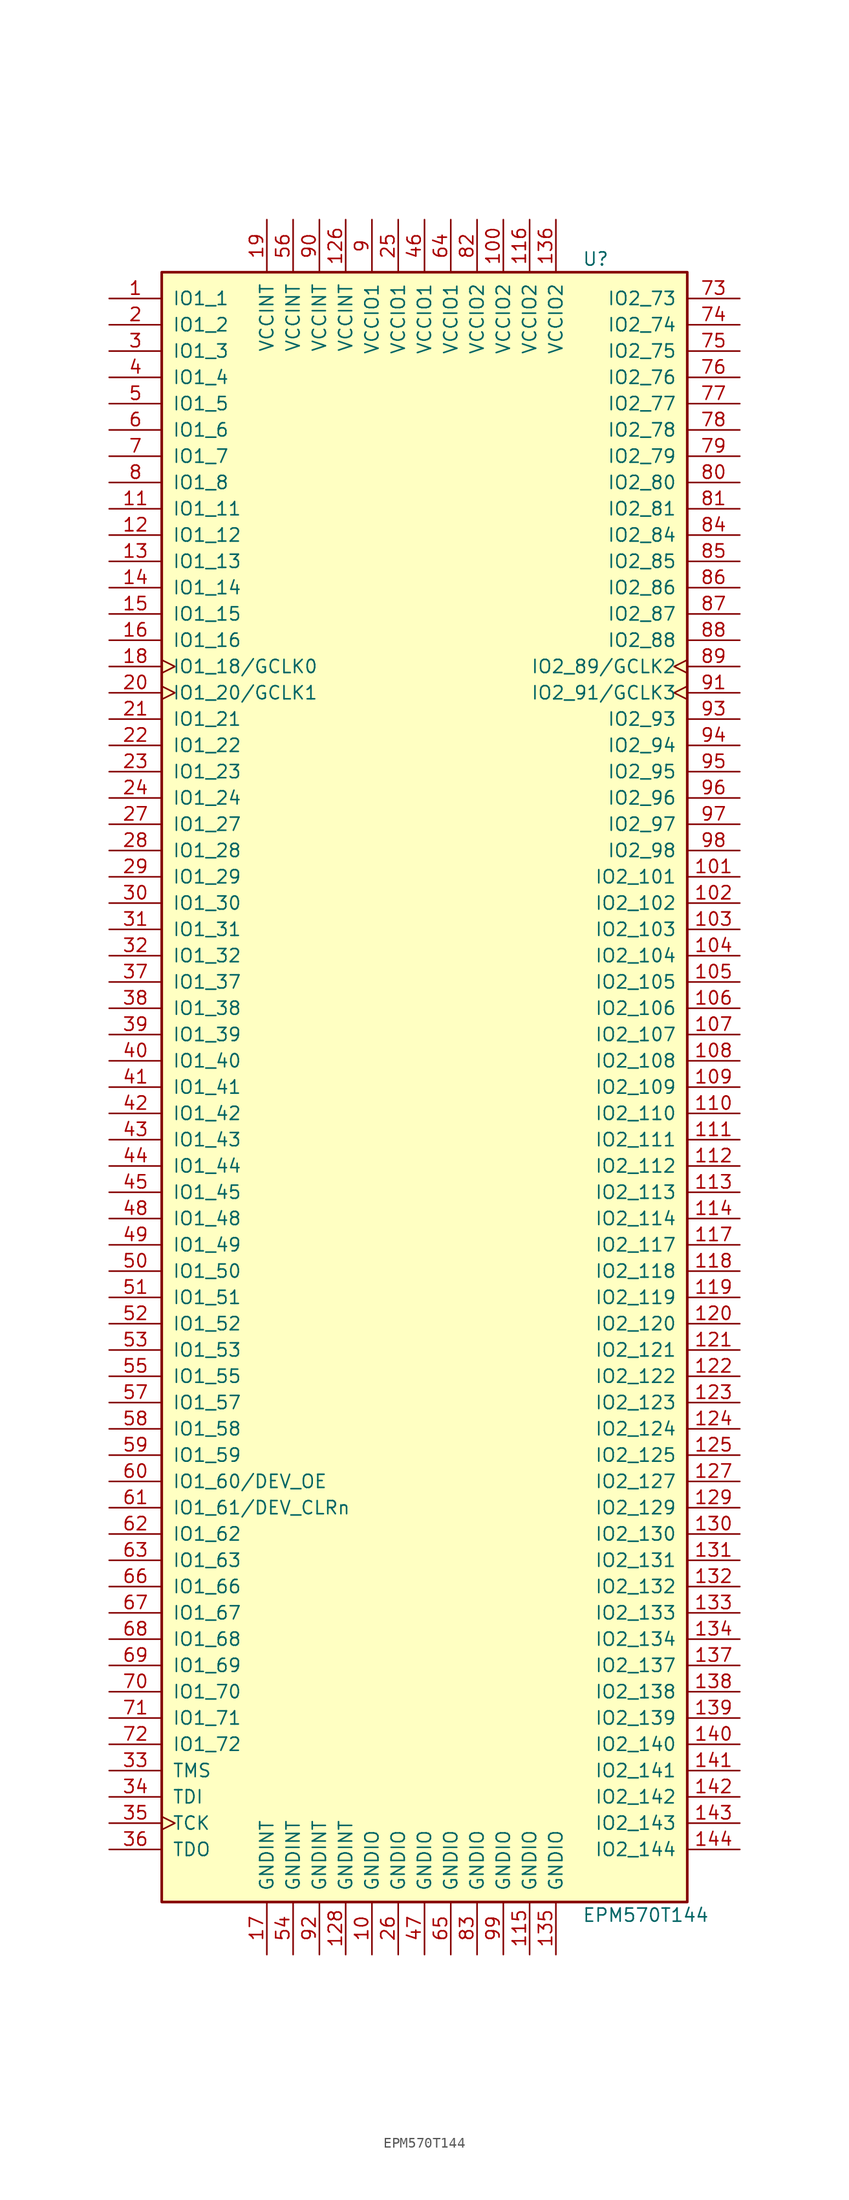
<source format=kicad_sym>
(kicad_symbol_lib
  (version 20231120)
  (generator "kicad_symbol_editor")
  (generator_version "8.0")
  (symbol "EPM570T144"
    (pin_names
      (offset 1.016))
    (property "Reference" "U"
      (at 15.24 80.01 0)
      (effects (font (size 1.27 1.27)) (justify left)))
    (property "Value" "EPM570T144"
      (at 15.24 -80.01 0)
      (effects (font (size 1.27 1.27)) (justify left)))
    (property "ki_locked" ""
      (at 0 0 0)
      (effects (font (size 1.27 1.27))))
    (symbol "EPM570T144_1_1"
      (rectangle (start -25.4 78.74) (end 25.4 -78.74) (stroke (width 0.254) (type default)) (fill (type background)))
      (pin bidirectional line (at -30.48 76.2 0) (length 5.08) (name "IO1_1" (effects (font (size 1.27 1.27)))) (number "1" (effects (font (size 1.27 1.27)))))
      (pin power_in line (at -5.08 -83.82 90) (length 5.08) (name "GNDIO" (effects (font (size 1.27 1.27)))) (number "10" (effects (font (size 1.27 1.27)))))
      (pin power_in line (at 7.62 83.82 270) (length 5.08) (name "VCCIO2" (effects (font (size 1.27 1.27)))) (number "100" (effects (font (size 1.27 1.27)))))
      (pin bidirectional line (at 30.48 20.32 180) (length 5.08) (name "IO2_101" (effects (font (size 1.27 1.27)))) (number "101" (effects (font (size 1.27 1.27)))))
      (pin bidirectional line (at 30.48 17.78 180) (length 5.08) (name "IO2_102" (effects (font (size 1.27 1.27)))) (number "102" (effects (font (size 1.27 1.27)))))
      (pin bidirectional line (at 30.48 15.24 180) (length 5.08) (name "IO2_103" (effects (font (size 1.27 1.27)))) (number "103" (effects (font (size 1.27 1.27)))))
      (pin bidirectional line (at 30.48 12.7 180) (length 5.08) (name "IO2_104" (effects (font (size 1.27 1.27)))) (number "104" (effects (font (size 1.27 1.27)))))
      (pin bidirectional line (at 30.48 10.16 180) (length 5.08) (name "IO2_105" (effects (font (size 1.27 1.27)))) (number "105" (effects (font (size 1.27 1.27)))))
      (pin bidirectional line (at 30.48 7.62 180) (length 5.08) (name "IO2_106" (effects (font (size 1.27 1.27)))) (number "106" (effects (font (size 1.27 1.27)))))
      (pin bidirectional line (at 30.48 5.08 180) (length 5.08) (name "IO2_107" (effects (font (size 1.27 1.27)))) (number "107" (effects (font (size 1.27 1.27)))))
      (pin bidirectional line (at 30.48 2.54 180) (length 5.08) (name "IO2_108" (effects (font (size 1.27 1.27)))) (number "108" (effects (font (size 1.27 1.27)))))
      (pin bidirectional line (at 30.48 0 180) (length 5.08) (name "IO2_109" (effects (font (size 1.27 1.27)))) (number "109" (effects (font (size 1.27 1.27)))))
      (pin bidirectional line (at -30.48 55.88 0) (length 5.08) (name "IO1_11" (effects (font (size 1.27 1.27)))) (number "11" (effects (font (size 1.27 1.27)))))
      (pin bidirectional line (at 30.48 -2.54 180) (length 5.08) (name "IO2_110" (effects (font (size 1.27 1.27)))) (number "110" (effects (font (size 1.27 1.27)))))
      (pin bidirectional line (at 30.48 -5.08 180) (length 5.08) (name "IO2_111" (effects (font (size 1.27 1.27)))) (number "111" (effects (font (size 1.27 1.27)))))
      (pin bidirectional line (at 30.48 -7.62 180) (length 5.08) (name "IO2_112" (effects (font (size 1.27 1.27)))) (number "112" (effects (font (size 1.27 1.27)))))
      (pin bidirectional line (at 30.48 -10.16 180) (length 5.08) (name "IO2_113" (effects (font (size 1.27 1.27)))) (number "113" (effects (font (size 1.27 1.27)))))
      (pin bidirectional line (at 30.48 -12.7 180) (length 5.08) (name "IO2_114" (effects (font (size 1.27 1.27)))) (number "114" (effects (font (size 1.27 1.27)))))
      (pin power_in line (at 10.16 -83.82 90) (length 5.08) (name "GNDIO" (effects (font (size 1.27 1.27)))) (number "115" (effects (font (size 1.27 1.27)))))
      (pin power_in line (at 10.16 83.82 270) (length 5.08) (name "VCCIO2" (effects (font (size 1.27 1.27)))) (number "116" (effects (font (size 1.27 1.27)))))
      (pin bidirectional line (at 30.48 -15.24 180) (length 5.08) (name "IO2_117" (effects (font (size 1.27 1.27)))) (number "117" (effects (font (size 1.27 1.27)))))
      (pin bidirectional line (at 30.48 -17.78 180) (length 5.08) (name "IO2_118" (effects (font (size 1.27 1.27)))) (number "118" (effects (font (size 1.27 1.27)))))
      (pin bidirectional line (at 30.48 -20.32 180) (length 5.08) (name "IO2_119" (effects (font (size 1.27 1.27)))) (number "119" (effects (font (size 1.27 1.27)))))
      (pin bidirectional line (at -30.48 53.34 0) (length 5.08) (name "IO1_12" (effects (font (size 1.27 1.27)))) (number "12" (effects (font (size 1.27 1.27)))))
      (pin bidirectional line (at 30.48 -22.86 180) (length 5.08) (name "IO2_120" (effects (font (size 1.27 1.27)))) (number "120" (effects (font (size 1.27 1.27)))))
      (pin bidirectional line (at 30.48 -25.4 180) (length 5.08) (name "IO2_121" (effects (font (size 1.27 1.27)))) (number "121" (effects (font (size 1.27 1.27)))))
      (pin bidirectional line (at 30.48 -27.94 180) (length 5.08) (name "IO2_122" (effects (font (size 1.27 1.27)))) (number "122" (effects (font (size 1.27 1.27)))))
      (pin bidirectional line (at 30.48 -30.48 180) (length 5.08) (name "IO2_123" (effects (font (size 1.27 1.27)))) (number "123" (effects (font (size 1.27 1.27)))))
      (pin bidirectional line (at 30.48 -33.02 180) (length 5.08) (name "IO2_124" (effects (font (size 1.27 1.27)))) (number "124" (effects (font (size 1.27 1.27)))))
      (pin bidirectional line (at 30.48 -35.56 180) (length 5.08) (name "IO2_125" (effects (font (size 1.27 1.27)))) (number "125" (effects (font (size 1.27 1.27)))))
      (pin power_in line (at -7.62 83.82 270) (length 5.08) (name "VCCINT" (effects (font (size 1.27 1.27)))) (number "126" (effects (font (size 1.27 1.27)))))
      (pin bidirectional line (at 30.48 -38.1 180) (length 5.08) (name "IO2_127" (effects (font (size 1.27 1.27)))) (number "127" (effects (font (size 1.27 1.27)))))
      (pin power_in line (at -7.62 -83.82 90) (length 5.08) (name "GNDINT" (effects (font (size 1.27 1.27)))) (number "128" (effects (font (size 1.27 1.27)))))
      (pin bidirectional line (at 30.48 -40.64 180) (length 5.08) (name "IO2_129" (effects (font (size 1.27 1.27)))) (number "129" (effects (font (size 1.27 1.27)))))
      (pin bidirectional line (at -30.48 50.8 0) (length 5.08) (name "IO1_13" (effects (font (size 1.27 1.27)))) (number "13" (effects (font (size 1.27 1.27)))))
      (pin bidirectional line (at 30.48 -43.18 180) (length 5.08) (name "IO2_130" (effects (font (size 1.27 1.27)))) (number "130" (effects (font (size 1.27 1.27)))))
      (pin bidirectional line (at 30.48 -45.72 180) (length 5.08) (name "IO2_131" (effects (font (size 1.27 1.27)))) (number "131" (effects (font (size 1.27 1.27)))))
      (pin bidirectional line (at 30.48 -48.26 180) (length 5.08) (name "IO2_132" (effects (font (size 1.27 1.27)))) (number "132" (effects (font (size 1.27 1.27)))))
      (pin bidirectional line (at 30.48 -50.8 180) (length 5.08) (name "IO2_133" (effects (font (size 1.27 1.27)))) (number "133" (effects (font (size 1.27 1.27)))))
      (pin bidirectional line (at 30.48 -53.34 180) (length 5.08) (name "IO2_134" (effects (font (size 1.27 1.27)))) (number "134" (effects (font (size 1.27 1.27)))))
      (pin power_in line (at 12.7 -83.82 90) (length 5.08) (name "GNDIO" (effects (font (size 1.27 1.27)))) (number "135" (effects (font (size 1.27 1.27)))))
      (pin power_in line (at 12.7 83.82 270) (length 5.08) (name "VCCIO2" (effects (font (size 1.27 1.27)))) (number "136" (effects (font (size 1.27 1.27)))))
      (pin bidirectional line (at 30.48 -55.88 180) (length 5.08) (name "IO2_137" (effects (font (size 1.27 1.27)))) (number "137" (effects (font (size 1.27 1.27)))))
      (pin bidirectional line (at 30.48 -58.42 180) (length 5.08) (name "IO2_138" (effects (font (size 1.27 1.27)))) (number "138" (effects (font (size 1.27 1.27)))))
      (pin bidirectional line (at 30.48 -60.96 180) (length 5.08) (name "IO2_139" (effects (font (size 1.27 1.27)))) (number "139" (effects (font (size 1.27 1.27)))))
      (pin bidirectional line (at -30.48 48.26 0) (length 5.08) (name "IO1_14" (effects (font (size 1.27 1.27)))) (number "14" (effects (font (size 1.27 1.27)))))
      (pin bidirectional line (at 30.48 -63.5 180) (length 5.08) (name "IO2_140" (effects (font (size 1.27 1.27)))) (number "140" (effects (font (size 1.27 1.27)))))
      (pin bidirectional line (at 30.48 -66.04 180) (length 5.08) (name "IO2_141" (effects (font (size 1.27 1.27)))) (number "141" (effects (font (size 1.27 1.27)))))
      (pin bidirectional line (at 30.48 -68.58 180) (length 5.08) (name "IO2_142" (effects (font (size 1.27 1.27)))) (number "142" (effects (font (size 1.27 1.27)))))
      (pin bidirectional line (at 30.48 -71.12 180) (length 5.08) (name "IO2_143" (effects (font (size 1.27 1.27)))) (number "143" (effects (font (size 1.27 1.27)))))
      (pin bidirectional line (at 30.48 -73.66 180) (length 5.08) (name "IO2_144" (effects (font (size 1.27 1.27)))) (number "144" (effects (font (size 1.27 1.27)))))
      (pin bidirectional line (at -30.48 45.72 0) (length 5.08) (name "IO1_15" (effects (font (size 1.27 1.27)))) (number "15" (effects (font (size 1.27 1.27)))))
      (pin bidirectional line (at -30.48 43.18 0) (length 5.08) (name "IO1_16" (effects (font (size 1.27 1.27)))) (number "16" (effects (font (size 1.27 1.27)))))
      (pin power_in line (at -15.24 -83.82 90) (length 5.08) (name "GNDINT" (effects (font (size 1.27 1.27)))) (number "17" (effects (font (size 1.27 1.27)))))
      (pin bidirectional clock (at -30.48 40.64 0) (length 5.08) (name "IO1_18/GCLK0" (effects (font (size 1.27 1.27)))) (number "18" (effects (font (size 1.27 1.27)))))
      (pin power_in line (at -15.24 83.82 270) (length 5.08) (name "VCCINT" (effects (font (size 1.27 1.27)))) (number "19" (effects (font (size 1.27 1.27)))))
      (pin bidirectional line (at -30.48 73.66 0) (length 5.08) (name "IO1_2" (effects (font (size 1.27 1.27)))) (number "2" (effects (font (size 1.27 1.27)))))
      (pin bidirectional clock (at -30.48 38.1 0) (length 5.08) (name "IO1_20/GCLK1" (effects (font (size 1.27 1.27)))) (number "20" (effects (font (size 1.27 1.27)))))
      (pin bidirectional line (at -30.48 35.56 0) (length 5.08) (name "IO1_21" (effects (font (size 1.27 1.27)))) (number "21" (effects (font (size 1.27 1.27)))))
      (pin bidirectional line (at -30.48 33.02 0) (length 5.08) (name "IO1_22" (effects (font (size 1.27 1.27)))) (number "22" (effects (font (size 1.27 1.27)))))
      (pin bidirectional line (at -30.48 30.48 0) (length 5.08) (name "IO1_23" (effects (font (size 1.27 1.27)))) (number "23" (effects (font (size 1.27 1.27)))))
      (pin bidirectional line (at -30.48 27.94 0) (length 5.08) (name "IO1_24" (effects (font (size 1.27 1.27)))) (number "24" (effects (font (size 1.27 1.27)))))
      (pin power_in line (at -2.54 83.82 270) (length 5.08) (name "VCCIO1" (effects (font (size 1.27 1.27)))) (number "25" (effects (font (size 1.27 1.27)))))
      (pin power_in line (at -2.54 -83.82 90) (length 5.08) (name "GNDIO" (effects (font (size 1.27 1.27)))) (number "26" (effects (font (size 1.27 1.27)))))
      (pin bidirectional line (at -30.48 25.4 0) (length 5.08) (name "IO1_27" (effects (font (size 1.27 1.27)))) (number "27" (effects (font (size 1.27 1.27)))))
      (pin bidirectional line (at -30.48 22.86 0) (length 5.08) (name "IO1_28" (effects (font (size 1.27 1.27)))) (number "28" (effects (font (size 1.27 1.27)))))
      (pin bidirectional line (at -30.48 20.32 0) (length 5.08) (name "IO1_29" (effects (font (size 1.27 1.27)))) (number "29" (effects (font (size 1.27 1.27)))))
      (pin bidirectional line (at -30.48 71.12 0) (length 5.08) (name "IO1_3" (effects (font (size 1.27 1.27)))) (number "3" (effects (font (size 1.27 1.27)))))
      (pin bidirectional line (at -30.48 17.78 0) (length 5.08) (name "IO1_30" (effects (font (size 1.27 1.27)))) (number "30" (effects (font (size 1.27 1.27)))))
      (pin bidirectional line (at -30.48 15.24 0) (length 5.08) (name "IO1_31" (effects (font (size 1.27 1.27)))) (number "31" (effects (font (size 1.27 1.27)))))
      (pin bidirectional line (at -30.48 12.7 0) (length 5.08) (name "IO1_32" (effects (font (size 1.27 1.27)))) (number "32" (effects (font (size 1.27 1.27)))))
      (pin input line (at -30.48 -66.04 0) (length 5.08) (name "TMS" (effects (font (size 1.27 1.27)))) (number "33" (effects (font (size 1.27 1.27)))))
      (pin input line (at -30.48 -68.58 0) (length 5.08) (name "TDI" (effects (font (size 1.27 1.27)))) (number "34" (effects (font (size 1.27 1.27)))))
      (pin input clock (at -30.48 -71.12 0) (length 5.08) (name "TCK" (effects (font (size 1.27 1.27)))) (number "35" (effects (font (size 1.27 1.27)))))
      (pin output line (at -30.48 -73.66 0) (length 5.08) (name "TDO" (effects (font (size 1.27 1.27)))) (number "36" (effects (font (size 1.27 1.27)))))
      (pin bidirectional line (at -30.48 10.16 0) (length 5.08) (name "IO1_37" (effects (font (size 1.27 1.27)))) (number "37" (effects (font (size 1.27 1.27)))))
      (pin bidirectional line (at -30.48 7.62 0) (length 5.08) (name "IO1_38" (effects (font (size 1.27 1.27)))) (number "38" (effects (font (size 1.27 1.27)))))
      (pin bidirectional line (at -30.48 5.08 0) (length 5.08) (name "IO1_39" (effects (font (size 1.27 1.27)))) (number "39" (effects (font (size 1.27 1.27)))))
      (pin bidirectional line (at -30.48 68.58 0) (length 5.08) (name "IO1_4" (effects (font (size 1.27 1.27)))) (number "4" (effects (font (size 1.27 1.27)))))
      (pin bidirectional line (at -30.48 2.54 0) (length 5.08) (name "IO1_40" (effects (font (size 1.27 1.27)))) (number "40" (effects (font (size 1.27 1.27)))))
      (pin bidirectional line (at -30.48 0 0) (length 5.08) (name "IO1_41" (effects (font (size 1.27 1.27)))) (number "41" (effects (font (size 1.27 1.27)))))
      (pin bidirectional line (at -30.48 -2.54 0) (length 5.08) (name "IO1_42" (effects (font (size 1.27 1.27)))) (number "42" (effects (font (size 1.27 1.27)))))
      (pin bidirectional line (at -30.48 -5.08 0) (length 5.08) (name "IO1_43" (effects (font (size 1.27 1.27)))) (number "43" (effects (font (size 1.27 1.27)))))
      (pin bidirectional line (at -30.48 -7.62 0) (length 5.08) (name "IO1_44" (effects (font (size 1.27 1.27)))) (number "44" (effects (font (size 1.27 1.27)))))
      (pin bidirectional line (at -30.48 -10.16 0) (length 5.08) (name "IO1_45" (effects (font (size 1.27 1.27)))) (number "45" (effects (font (size 1.27 1.27)))))
      (pin power_in line (at 0 83.82 270) (length 5.08) (name "VCCIO1" (effects (font (size 1.27 1.27)))) (number "46" (effects (font (size 1.27 1.27)))))
      (pin power_in line (at 0 -83.82 90) (length 5.08) (name "GNDIO" (effects (font (size 1.27 1.27)))) (number "47" (effects (font (size 1.27 1.27)))))
      (pin bidirectional line (at -30.48 -12.7 0) (length 5.08) (name "IO1_48" (effects (font (size 1.27 1.27)))) (number "48" (effects (font (size 1.27 1.27)))))
      (pin bidirectional line (at -30.48 -15.24 0) (length 5.08) (name "IO1_49" (effects (font (size 1.27 1.27)))) (number "49" (effects (font (size 1.27 1.27)))))
      (pin bidirectional line (at -30.48 66.04 0) (length 5.08) (name "IO1_5" (effects (font (size 1.27 1.27)))) (number "5" (effects (font (size 1.27 1.27)))))
      (pin bidirectional line (at -30.48 -17.78 0) (length 5.08) (name "IO1_50" (effects (font (size 1.27 1.27)))) (number "50" (effects (font (size 1.27 1.27)))))
      (pin bidirectional line (at -30.48 -20.32 0) (length 5.08) (name "IO1_51" (effects (font (size 1.27 1.27)))) (number "51" (effects (font (size 1.27 1.27)))))
      (pin bidirectional line (at -30.48 -22.86 0) (length 5.08) (name "IO1_52" (effects (font (size 1.27 1.27)))) (number "52" (effects (font (size 1.27 1.27)))))
      (pin bidirectional line (at -30.48 -25.4 0) (length 5.08) (name "IO1_53" (effects (font (size 1.27 1.27)))) (number "53" (effects (font (size 1.27 1.27)))))
      (pin power_in line (at -12.7 -83.82 90) (length 5.08) (name "GNDINT" (effects (font (size 1.27 1.27)))) (number "54" (effects (font (size 1.27 1.27)))))
      (pin bidirectional line (at -30.48 -27.94 0) (length 5.08) (name "IO1_55" (effects (font (size 1.27 1.27)))) (number "55" (effects (font (size 1.27 1.27)))))
      (pin power_in line (at -12.7 83.82 270) (length 5.08) (name "VCCINT" (effects (font (size 1.27 1.27)))) (number "56" (effects (font (size 1.27 1.27)))))
      (pin bidirectional line (at -30.48 -30.48 0) (length 5.08) (name "IO1_57" (effects (font (size 1.27 1.27)))) (number "57" (effects (font (size 1.27 1.27)))))
      (pin bidirectional line (at -30.48 -33.02 0) (length 5.08) (name "IO1_58" (effects (font (size 1.27 1.27)))) (number "58" (effects (font (size 1.27 1.27)))))
      (pin bidirectional line (at -30.48 -35.56 0) (length 5.08) (name "IO1_59" (effects (font (size 1.27 1.27)))) (number "59" (effects (font (size 1.27 1.27)))))
      (pin bidirectional line (at -30.48 63.5 0) (length 5.08) (name "IO1_6" (effects (font (size 1.27 1.27)))) (number "6" (effects (font (size 1.27 1.27)))))
      (pin bidirectional line (at -30.48 -38.1 0) (length 5.08) (name "IO1_60/DEV_OE" (effects (font (size 1.27 1.27)))) (number "60" (effects (font (size 1.27 1.27)))))
      (pin bidirectional line (at -30.48 -40.64 0) (length 5.08) (name "IO1_61/DEV_CLRn" (effects (font (size 1.27 1.27)))) (number "61" (effects (font (size 1.27 1.27)))))
      (pin bidirectional line (at -30.48 -43.18 0) (length 5.08) (name "IO1_62" (effects (font (size 1.27 1.27)))) (number "62" (effects (font (size 1.27 1.27)))))
      (pin bidirectional line (at -30.48 -45.72 0) (length 5.08) (name "IO1_63" (effects (font (size 1.27 1.27)))) (number "63" (effects (font (size 1.27 1.27)))))
      (pin power_in line (at 2.54 83.82 270) (length 5.08) (name "VCCIO1" (effects (font (size 1.27 1.27)))) (number "64" (effects (font (size 1.27 1.27)))))
      (pin power_in line (at 2.54 -83.82 90) (length 5.08) (name "GNDIO" (effects (font (size 1.27 1.27)))) (number "65" (effects (font (size 1.27 1.27)))))
      (pin bidirectional line (at -30.48 -48.26 0) (length 5.08) (name "IO1_66" (effects (font (size 1.27 1.27)))) (number "66" (effects (font (size 1.27 1.27)))))
      (pin bidirectional line (at -30.48 -50.8 0) (length 5.08) (name "IO1_67" (effects (font (size 1.27 1.27)))) (number "67" (effects (font (size 1.27 1.27)))))
      (pin bidirectional line (at -30.48 -53.34 0) (length 5.08) (name "IO1_68" (effects (font (size 1.27 1.27)))) (number "68" (effects (font (size 1.27 1.27)))))
      (pin bidirectional line (at -30.48 -55.88 0) (length 5.08) (name "IO1_69" (effects (font (size 1.27 1.27)))) (number "69" (effects (font (size 1.27 1.27)))))
      (pin bidirectional line (at -30.48 60.96 0) (length 5.08) (name "IO1_7" (effects (font (size 1.27 1.27)))) (number "7" (effects (font (size 1.27 1.27)))))
      (pin bidirectional line (at -30.48 -58.42 0) (length 5.08) (name "IO1_70" (effects (font (size 1.27 1.27)))) (number "70" (effects (font (size 1.27 1.27)))))
      (pin bidirectional line (at -30.48 -60.96 0) (length 5.08) (name "IO1_71" (effects (font (size 1.27 1.27)))) (number "71" (effects (font (size 1.27 1.27)))))
      (pin bidirectional line (at -30.48 -63.5 0) (length 5.08) (name "IO1_72" (effects (font (size 1.27 1.27)))) (number "72" (effects (font (size 1.27 1.27)))))
      (pin bidirectional line (at 30.48 76.2 180) (length 5.08) (name "IO2_73" (effects (font (size 1.27 1.27)))) (number "73" (effects (font (size 1.27 1.27)))))
      (pin bidirectional line (at 30.48 73.66 180) (length 5.08) (name "IO2_74" (effects (font (size 1.27 1.27)))) (number "74" (effects (font (size 1.27 1.27)))))
      (pin bidirectional line (at 30.48 71.12 180) (length 5.08) (name "IO2_75" (effects (font (size 1.27 1.27)))) (number "75" (effects (font (size 1.27 1.27)))))
      (pin bidirectional line (at 30.48 68.58 180) (length 5.08) (name "IO2_76" (effects (font (size 1.27 1.27)))) (number "76" (effects (font (size 1.27 1.27)))))
      (pin bidirectional line (at 30.48 66.04 180) (length 5.08) (name "IO2_77" (effects (font (size 1.27 1.27)))) (number "77" (effects (font (size 1.27 1.27)))))
      (pin bidirectional line (at 30.48 63.5 180) (length 5.08) (name "IO2_78" (effects (font (size 1.27 1.27)))) (number "78" (effects (font (size 1.27 1.27)))))
      (pin bidirectional line (at 30.48 60.96 180) (length 5.08) (name "IO2_79" (effects (font (size 1.27 1.27)))) (number "79" (effects (font (size 1.27 1.27)))))
      (pin bidirectional line (at -30.48 58.42 0) (length 5.08) (name "IO1_8" (effects (font (size 1.27 1.27)))) (number "8" (effects (font (size 1.27 1.27)))))
      (pin bidirectional line (at 30.48 58.42 180) (length 5.08) (name "IO2_80" (effects (font (size 1.27 1.27)))) (number "80" (effects (font (size 1.27 1.27)))))
      (pin bidirectional line (at 30.48 55.88 180) (length 5.08) (name "IO2_81" (effects (font (size 1.27 1.27)))) (number "81" (effects (font (size 1.27 1.27)))))
      (pin power_in line (at 5.08 83.82 270) (length 5.08) (name "VCCIO2" (effects (font (size 1.27 1.27)))) (number "82" (effects (font (size 1.27 1.27)))))
      (pin power_in line (at 5.08 -83.82 90) (length 5.08) (name "GNDIO" (effects (font (size 1.27 1.27)))) (number "83" (effects (font (size 1.27 1.27)))))
      (pin bidirectional line (at 30.48 53.34 180) (length 5.08) (name "IO2_84" (effects (font (size 1.27 1.27)))) (number "84" (effects (font (size 1.27 1.27)))))
      (pin bidirectional line (at 30.48 50.8 180) (length 5.08) (name "IO2_85" (effects (font (size 1.27 1.27)))) (number "85" (effects (font (size 1.27 1.27)))))
      (pin bidirectional line (at 30.48 48.26 180) (length 5.08) (name "IO2_86" (effects (font (size 1.27 1.27)))) (number "86" (effects (font (size 1.27 1.27)))))
      (pin bidirectional line (at 30.48 45.72 180) (length 5.08) (name "IO2_87" (effects (font (size 1.27 1.27)))) (number "87" (effects (font (size 1.27 1.27)))))
      (pin bidirectional line (at 30.48 43.18 180) (length 5.08) (name "IO2_88" (effects (font (size 1.27 1.27)))) (number "88" (effects (font (size 1.27 1.27)))))
      (pin bidirectional clock (at 30.48 40.64 180) (length 5.08) (name "IO2_89/GCLK2" (effects (font (size 1.27 1.27)))) (number "89" (effects (font (size 1.27 1.27)))))
      (pin power_in line (at -5.08 83.82 270) (length 5.08) (name "VCCIO1" (effects (font (size 1.27 1.27)))) (number "9" (effects (font (size 1.27 1.27)))))
      (pin power_in line (at -10.16 83.82 270) (length 5.08) (name "VCCINT" (effects (font (size 1.27 1.27)))) (number "90" (effects (font (size 1.27 1.27)))))
      (pin bidirectional clock (at 30.48 38.1 180) (length 5.08) (name "IO2_91/GCLK3" (effects (font (size 1.27 1.27)))) (number "91" (effects (font (size 1.27 1.27)))))
      (pin power_in line (at -10.16 -83.82 90) (length 5.08) (name "GNDINT" (effects (font (size 1.27 1.27)))) (number "92" (effects (font (size 1.27 1.27)))))
      (pin bidirectional line (at 30.48 35.56 180) (length 5.08) (name "IO2_93" (effects (font (size 1.27 1.27)))) (number "93" (effects (font (size 1.27 1.27)))))
      (pin bidirectional line (at 30.48 33.02 180) (length 5.08) (name "IO2_94" (effects (font (size 1.27 1.27)))) (number "94" (effects (font (size 1.27 1.27)))))
      (pin bidirectional line (at 30.48 30.48 180) (length 5.08) (name "IO2_95" (effects (font (size 1.27 1.27)))) (number "95" (effects (font (size 1.27 1.27)))))
      (pin bidirectional line (at 30.48 27.94 180) (length 5.08) (name "IO2_96" (effects (font (size 1.27 1.27)))) (number "96" (effects (font (size 1.27 1.27)))))
      (pin bidirectional line (at 30.48 25.4 180) (length 5.08) (name "IO2_97" (effects (font (size 1.27 1.27)))) (number "97" (effects (font (size 1.27 1.27)))))
      (pin bidirectional line (at 30.48 22.86 180) (length 5.08) (name "IO2_98" (effects (font (size 1.27 1.27)))) (number "98" (effects (font (size 1.27 1.27)))))
      (pin power_in line (at 7.62 -83.82 90) (length 5.08) (name "GNDIO" (effects (font (size 1.27 1.27)))) (number "99" (effects (font (size 1.27 1.27))))))))
</source>
